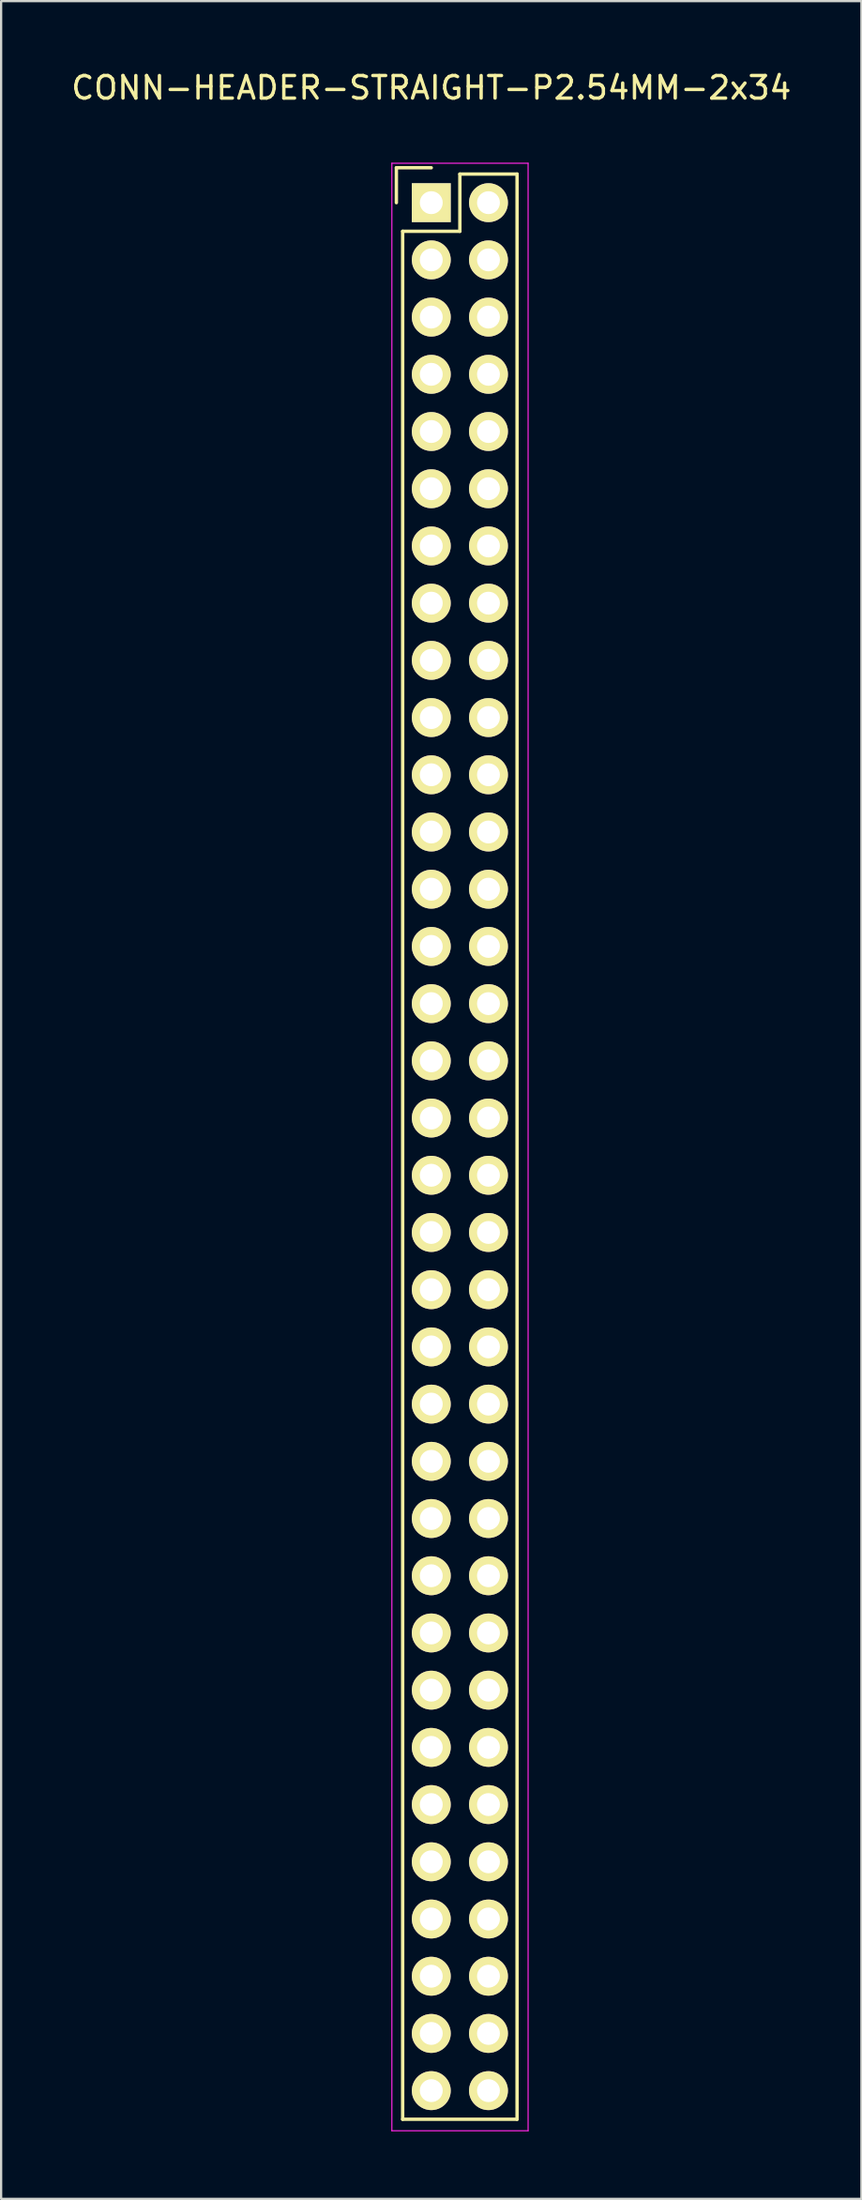
<source format=kicad_pcb>
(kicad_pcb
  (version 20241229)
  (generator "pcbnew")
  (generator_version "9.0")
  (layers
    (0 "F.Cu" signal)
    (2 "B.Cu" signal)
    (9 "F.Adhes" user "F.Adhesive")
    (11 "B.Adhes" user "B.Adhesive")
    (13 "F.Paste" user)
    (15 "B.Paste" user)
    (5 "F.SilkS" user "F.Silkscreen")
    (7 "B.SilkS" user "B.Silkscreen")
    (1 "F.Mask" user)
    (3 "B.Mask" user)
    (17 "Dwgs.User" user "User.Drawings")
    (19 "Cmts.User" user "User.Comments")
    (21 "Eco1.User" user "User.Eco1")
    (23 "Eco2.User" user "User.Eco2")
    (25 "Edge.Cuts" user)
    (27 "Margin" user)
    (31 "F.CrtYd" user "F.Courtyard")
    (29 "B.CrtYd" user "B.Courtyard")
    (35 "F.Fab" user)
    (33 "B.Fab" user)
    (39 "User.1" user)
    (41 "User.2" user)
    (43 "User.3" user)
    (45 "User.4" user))
  (footprint "CONN-HEADER-STRAIGHT-P2.54MM-2x34"
    (layer "F.Cu")
    (at 16.101 5.948)
    (property "Reference" "CONN-HEADER-STRAIGHT-P2.54MM-2x34" (at 0 -5.1 0) (layer "F.SilkS") (effects (font (size 1 1) (thickness 0.15))))
    (attr through_hole)
    (fp_line (start -1.55 -1.55) (end -1.55 0) (stroke (width 0.15) (type solid)) (layer "F.SilkS"))
    (fp_line (start -1.27 1.27) (end -1.27 85.09) (stroke (width 0.15) (type solid)) (layer "F.SilkS"))
    (fp_line (start 0 -1.55) (end -1.55 -1.55) (stroke (width 0.15) (type solid)) (layer "F.SilkS"))
    (fp_line (start 1.27 -1.27) (end 1.27 1.27) (stroke (width 0.15) (type solid)) (layer "F.SilkS"))
    (fp_line (start 1.27 1.27) (end -1.27 1.27) (stroke (width 0.15) (type solid)) (layer "F.SilkS"))
    (fp_line (start 3.81 -1.27) (end 1.27 -1.27) (stroke (width 0.15) (type solid)) (layer "F.SilkS"))
    (fp_line (start 3.81 85.09) (end -1.27 85.09) (stroke (width 0.15) (type solid)) (layer "F.SilkS"))
    (fp_line (start 3.81 85.09) (end 3.81 -1.27) (stroke (width 0.15) (type solid)) (layer "F.SilkS"))
    (fp_line (start -1.75 -1.75) (end -1.75 85.6) (stroke (width 0.05) (type solid)) (layer "F.CrtYd"))
    (fp_line (start -1.75 -1.75) (end 4.3 -1.75) (stroke (width 0.05) (type solid)) (layer "F.CrtYd"))
    (fp_line (start -1.75 85.6) (end 4.3 85.6) (stroke (width 0.05) (type solid)) (layer "F.CrtYd"))
    (fp_line (start 4.3 -1.75) (end 4.3 85.6) (stroke (width 0.05) (type solid)) (layer "F.CrtYd"))
    (pad "1" thru_hole rect (at 0 0) (size 1.727 1.727) (drill 1.016) (layers "*.Cu" "*.Mask" "F.SilkS"))
    (pad "2" thru_hole oval (at 2.54 0) (size 1.727 1.727) (drill 1.016) (layers "*.Cu" "*.Mask" "F.SilkS"))
    (pad "3" thru_hole oval (at 0 2.54) (size 1.727 1.727) (drill 1.016) (layers "*.Cu" "*.Mask" "F.SilkS"))
    (pad "4" thru_hole oval (at 2.54 2.54) (size 1.727 1.727) (drill 1.016) (layers "*.Cu" "*.Mask" "F.SilkS"))
    (pad "5" thru_hole oval (at 0 5.08) (size 1.727 1.727) (drill 1.016) (layers "*.Cu" "*.Mask" "F.SilkS"))
    (pad "6" thru_hole oval (at 2.54 5.08) (size 1.727 1.727) (drill 1.016) (layers "*.Cu" "*.Mask" "F.SilkS"))
    (pad "7" thru_hole oval (at 0 7.62) (size 1.727 1.727) (drill 1.016) (layers "*.Cu" "*.Mask" "F.SilkS"))
    (pad "8" thru_hole oval (at 2.54 7.62) (size 1.727 1.727) (drill 1.016) (layers "*.Cu" "*.Mask" "F.SilkS"))
    (pad "9" thru_hole oval (at 0 10.16) (size 1.727 1.727) (drill 1.016) (layers "*.Cu" "*.Mask" "F.SilkS"))
    (pad "10" thru_hole oval (at 2.54 10.16) (size 1.727 1.727) (drill 1.016) (layers "*.Cu" "*.Mask" "F.SilkS"))
    (pad "11" thru_hole oval (at 0 12.7) (size 1.727 1.727) (drill 1.016) (layers "*.Cu" "*.Mask" "F.SilkS"))
    (pad "12" thru_hole oval (at 2.54 12.7) (size 1.727 1.727) (drill 1.016) (layers "*.Cu" "*.Mask" "F.SilkS"))
    (pad "13" thru_hole oval (at 0 15.24) (size 1.727 1.727) (drill 1.016) (layers "*.Cu" "*.Mask" "F.SilkS"))
    (pad "14" thru_hole oval (at 2.54 15.24) (size 1.727 1.727) (drill 1.016) (layers "*.Cu" "*.Mask" "F.SilkS"))
    (pad "15" thru_hole oval (at 0 17.78) (size 1.727 1.727) (drill 1.016) (layers "*.Cu" "*.Mask" "F.SilkS"))
    (pad "16" thru_hole oval (at 2.54 17.78) (size 1.727 1.727) (drill 1.016) (layers "*.Cu" "*.Mask" "F.SilkS"))
    (pad "17" thru_hole oval (at 0 20.32) (size 1.727 1.727) (drill 1.016) (layers "*.Cu" "*.Mask" "F.SilkS"))
    (pad "18" thru_hole oval (at 2.54 20.32) (size 1.727 1.727) (drill 1.016) (layers "*.Cu" "*.Mask" "F.SilkS"))
    (pad "19" thru_hole oval (at 0 22.86) (size 1.727 1.727) (drill 1.016) (layers "*.Cu" "*.Mask" "F.SilkS"))
    (pad "20" thru_hole oval (at 2.54 22.86) (size 1.727 1.727) (drill 1.016) (layers "*.Cu" "*.Mask" "F.SilkS"))
    (pad "21" thru_hole oval (at 0 25.4) (size 1.727 1.727) (drill 1.016) (layers "*.Cu" "*.Mask" "F.SilkS"))
    (pad "22" thru_hole oval (at 2.54 25.4) (size 1.727 1.727) (drill 1.016) (layers "*.Cu" "*.Mask" "F.SilkS"))
    (pad "23" thru_hole oval (at 0 27.94) (size 1.727 1.727) (drill 1.016) (layers "*.Cu" "*.Mask" "F.SilkS"))
    (pad "24" thru_hole oval (at 2.54 27.94) (size 1.727 1.727) (drill 1.016) (layers "*.Cu" "*.Mask" "F.SilkS"))
    (pad "25" thru_hole oval (at 0 30.48) (size 1.727 1.727) (drill 1.016) (layers "*.Cu" "*.Mask" "F.SilkS"))
    (pad "26" thru_hole oval (at 2.54 30.48) (size 1.727 1.727) (drill 1.016) (layers "*.Cu" "*.Mask" "F.SilkS"))
    (pad "27" thru_hole oval (at 0 33.02) (size 1.727 1.727) (drill 1.016) (layers "*.Cu" "*.Mask" "F.SilkS"))
    (pad "28" thru_hole oval (at 2.54 33.02) (size 1.727 1.727) (drill 1.016) (layers "*.Cu" "*.Mask" "F.SilkS"))
    (pad "29" thru_hole oval (at 0 35.56) (size 1.727 1.727) (drill 1.016) (layers "*.Cu" "*.Mask" "F.SilkS"))
    (pad "30" thru_hole oval (at 2.54 35.56) (size 1.727 1.727) (drill 1.016) (layers "*.Cu" "*.Mask" "F.SilkS"))
    (pad "31" thru_hole oval (at 0 38.1) (size 1.727 1.727) (drill 1.016) (layers "*.Cu" "*.Mask" "F.SilkS"))
    (pad "32" thru_hole oval (at 2.54 38.1) (size 1.727 1.727) (drill 1.016) (layers "*.Cu" "*.Mask" "F.SilkS"))
    (pad "33" thru_hole oval (at 0 40.64) (size 1.727 1.727) (drill 1.016) (layers "*.Cu" "*.Mask" "F.SilkS"))
    (pad "34" thru_hole oval (at 2.54 40.64) (size 1.727 1.727) (drill 1.016) (layers "*.Cu" "*.Mask" "F.SilkS"))
    (pad "35" thru_hole oval (at 0 43.18) (size 1.727 1.727) (drill 1.016) (layers "*.Cu" "*.Mask" "F.SilkS"))
    (pad "36" thru_hole oval (at 2.54 43.18) (size 1.727 1.727) (drill 1.016) (layers "*.Cu" "*.Mask" "F.SilkS"))
    (pad "37" thru_hole oval (at 0 45.72) (size 1.727 1.727) (drill 1.016) (layers "*.Cu" "*.Mask" "F.SilkS"))
    (pad "38" thru_hole oval (at 2.54 45.72) (size 1.727 1.727) (drill 1.016) (layers "*.Cu" "*.Mask" "F.SilkS"))
    (pad "39" thru_hole oval (at 0 48.26) (size 1.727 1.727) (drill 1.016) (layers "*.Cu" "*.Mask" "F.SilkS"))
    (pad "40" thru_hole oval (at 2.54 48.26) (size 1.727 1.727) (drill 1.016) (layers "*.Cu" "*.Mask" "F.SilkS"))
    (pad "41" thru_hole oval (at 0 50.8) (size 1.727 1.727) (drill 1.016) (layers "*.Cu" "*.Mask" "F.SilkS"))
    (pad "42" thru_hole oval (at 2.54 50.8) (size 1.727 1.727) (drill 1.016) (layers "*.Cu" "*.Mask" "F.SilkS"))
    (pad "43" thru_hole oval (at 0 53.34) (size 1.727 1.727) (drill 1.016) (layers "*.Cu" "*.Mask" "F.SilkS"))
    (pad "44" thru_hole oval (at 2.54 53.34) (size 1.727 1.727) (drill 1.016) (layers "*.Cu" "*.Mask" "F.SilkS"))
    (pad "45" thru_hole oval (at 0 55.88) (size 1.727 1.727) (drill 1.016) (layers "*.Cu" "*.Mask" "F.SilkS"))
    (pad "46" thru_hole oval (at 2.54 55.88) (size 1.727 1.727) (drill 1.016) (layers "*.Cu" "*.Mask" "F.SilkS"))
    (pad "47" thru_hole oval (at 0 58.42) (size 1.727 1.727) (drill 1.016) (layers "*.Cu" "*.Mask" "F.SilkS"))
    (pad "48" thru_hole oval (at 2.54 58.42) (size 1.727 1.727) (drill 1.016) (layers "*.Cu" "*.Mask" "F.SilkS"))
    (pad "49" thru_hole oval (at 0 60.96) (size 1.727 1.727) (drill 1.016) (layers "*.Cu" "*.Mask" "F.SilkS"))
    (pad "50" thru_hole oval (at 2.54 60.96) (size 1.727 1.727) (drill 1.016) (layers "*.Cu" "*.Mask" "F.SilkS"))
    (pad "51" thru_hole oval (at 0 63.5) (size 1.727 1.727) (drill 1.016) (layers "*.Cu" "*.Mask" "F.SilkS"))
    (pad "52" thru_hole oval (at 2.54 63.5) (size 1.727 1.727) (drill 1.016) (layers "*.Cu" "*.Mask" "F.SilkS"))
    (pad "53" thru_hole oval (at 0 66.04) (size 1.727 1.727) (drill 1.016) (layers "*.Cu" "*.Mask" "F.SilkS"))
    (pad "54" thru_hole oval (at 2.54 66.04) (size 1.727 1.727) (drill 1.016) (layers "*.Cu" "*.Mask" "F.SilkS"))
    (pad "55" thru_hole oval (at 0 68.58) (size 1.727 1.727) (drill 1.016) (layers "*.Cu" "*.Mask" "F.SilkS"))
    (pad "56" thru_hole oval (at 2.54 68.58) (size 1.727 1.727) (drill 1.016) (layers "*.Cu" "*.Mask" "F.SilkS"))
    (pad "57" thru_hole oval (at 0 71.12) (size 1.727 1.727) (drill 1.016) (layers "*.Cu" "*.Mask" "F.SilkS"))
    (pad "58" thru_hole oval (at 2.54 71.12) (size 1.727 1.727) (drill 1.016) (layers "*.Cu" "*.Mask" "F.SilkS"))
    (pad "59" thru_hole oval (at 0 73.66) (size 1.727 1.727) (drill 1.016) (layers "*.Cu" "*.Mask" "F.SilkS"))
    (pad "60" thru_hole oval (at 2.54 73.66) (size 1.727 1.727) (drill 1.016) (layers "*.Cu" "*.Mask" "F.SilkS"))
    (pad "61" thru_hole oval (at 0 76.2) (size 1.727 1.727) (drill 1.016) (layers "*.Cu" "*.Mask" "F.SilkS"))
    (pad "62" thru_hole oval (at 2.54 76.2) (size 1.727 1.727) (drill 1.016) (layers "*.Cu" "*.Mask" "F.SilkS"))
    (pad "63" thru_hole oval (at 0 78.74) (size 1.727 1.727) (drill 1.016) (layers "*.Cu" "*.Mask" "F.SilkS"))
    (pad "64" thru_hole oval (at 2.54 78.74) (size 1.727 1.727) (drill 1.016) (layers "*.Cu" "*.Mask" "F.SilkS"))
    (pad "65" thru_hole oval (at 0 81.28) (size 1.727 1.727) (drill 1.016) (layers "*.Cu" "*.Mask" "F.SilkS"))
    (pad "66" thru_hole oval (at 2.54 81.28) (size 1.727 1.727) (drill 1.016) (layers "*.Cu" "*.Mask" "F.SilkS"))
    (pad "67" thru_hole oval (at 0 83.82) (size 1.727 1.727) (drill 1.016) (layers "*.Cu" "*.Mask" "F.SilkS"))
    (pad "68" thru_hole oval (at 2.54 83.82) (size 1.727 1.727) (drill 1.016) (layers "*.Cu" "*.Mask" "F.SilkS")))
  (gr_rect
    (start -3 -3)
    (end 35.202 94.573)
    (stroke (width 0.1) (type default))
    (fill no)
    (layer "Edge.Cuts")))
</source>
